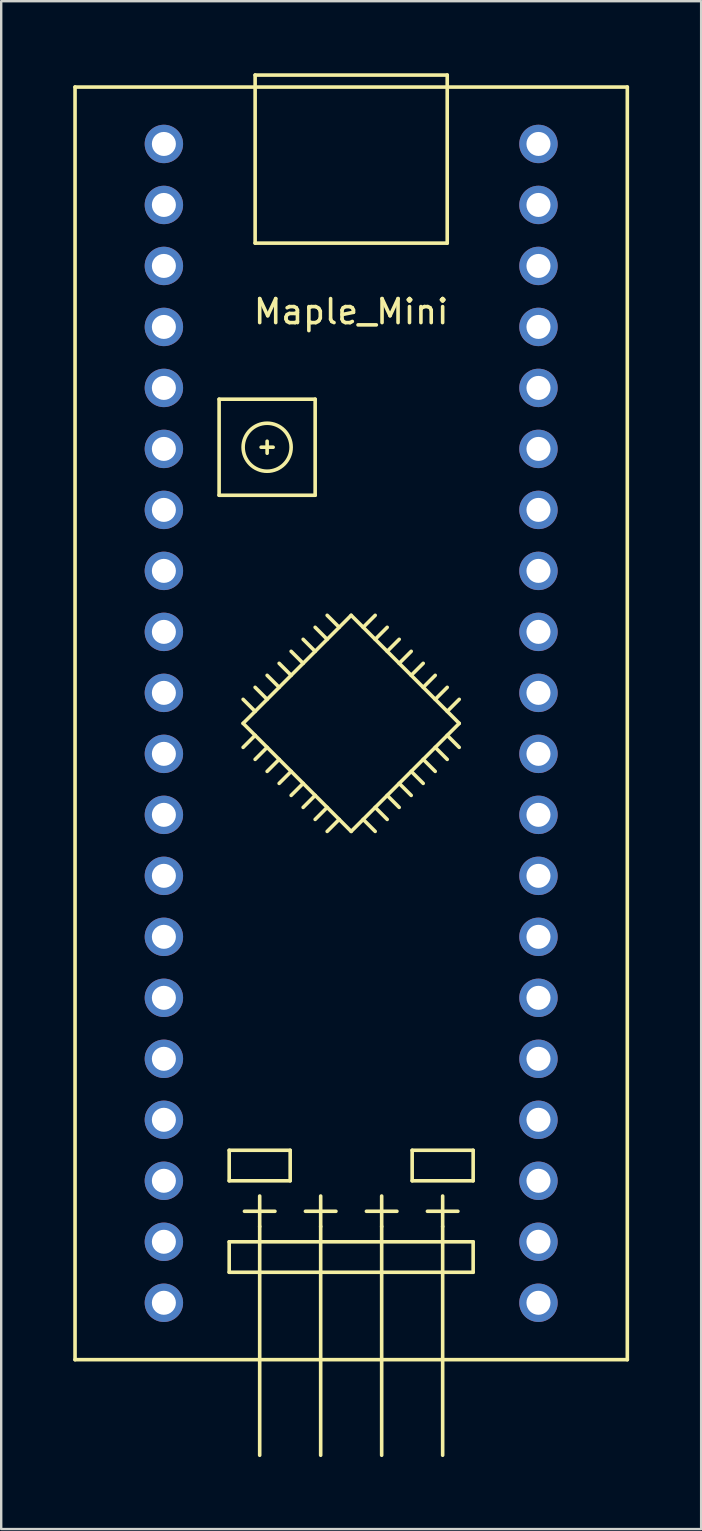
<source format=kicad_pcb>
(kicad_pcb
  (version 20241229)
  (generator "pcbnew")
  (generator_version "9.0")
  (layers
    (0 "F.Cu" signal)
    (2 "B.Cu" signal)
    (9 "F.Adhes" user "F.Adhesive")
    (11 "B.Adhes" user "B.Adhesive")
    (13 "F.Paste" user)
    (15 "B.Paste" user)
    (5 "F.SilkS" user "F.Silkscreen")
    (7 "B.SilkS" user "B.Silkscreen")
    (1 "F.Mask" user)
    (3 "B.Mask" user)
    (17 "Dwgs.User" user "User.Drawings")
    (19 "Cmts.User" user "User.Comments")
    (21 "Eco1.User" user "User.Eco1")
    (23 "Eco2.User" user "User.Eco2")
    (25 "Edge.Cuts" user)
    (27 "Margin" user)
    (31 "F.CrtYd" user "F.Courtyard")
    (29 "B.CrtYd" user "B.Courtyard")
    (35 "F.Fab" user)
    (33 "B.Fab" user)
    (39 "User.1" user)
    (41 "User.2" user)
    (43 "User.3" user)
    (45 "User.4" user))
  (footprint "Maple_Mini"
    (layer "F.Cu")
    (at 11.575 27.075)
    (property "Reference" "Maple_Mini" (at 0 -17.145 0) (layer "F.SilkS") (effects (font (size 1 1) (thickness 0.15))))
    (attr through_hole)
    (fp_line (start -11.5 -26.5) (end -11.5 26.5) (stroke (width 0.15) (type solid)) (layer "F.SilkS"))
    (fp_line (start -11.5 26.5) (end 11.5 26.5) (stroke (width 0.15) (type solid)) (layer "F.SilkS"))
    (fp_line (start -5.5 -13.5) (end -1.5 -13.5) (stroke (width 0.15) (type solid)) (layer "F.SilkS"))
    (fp_line (start -5.5 -9.5) (end -5.5 -13.5) (stroke (width 0.15) (type solid)) (layer "F.SilkS"))
    (fp_line (start -5.08 17.78) (end -2.54 17.78) (stroke (width 0.15) (type solid)) (layer "F.SilkS"))
    (fp_line (start -5.08 19.05) (end -5.08 17.78) (stroke (width 0.15) (type solid)) (layer "F.SilkS"))
    (fp_line (start -5.08 21.59) (end -5.08 22.86) (stroke (width 0.15) (type solid)) (layer "F.SilkS"))
    (fp_line (start -5.08 22.86) (end 5.08 22.86) (stroke (width 0.15) (type solid)) (layer "F.SilkS"))
    (fp_line (start -4.5 0) (end 0 -4.5) (stroke (width 0.15) (type solid)) (layer "F.SilkS"))
    (fp_line (start -4.445 20.32) (end -3.175 20.32) (stroke (width 0.15) (type solid)) (layer "F.SilkS"))
    (fp_line (start -4 -27) (end -4 -20) (stroke (width 0.15) (type solid)) (layer "F.SilkS"))
    (fp_line (start -4 -20) (end 4 -20) (stroke (width 0.15) (type solid)) (layer "F.SilkS"))
    (fp_line (start -4 -0.5) (end -4.5 -1) (stroke (width 0.15) (type solid)) (layer "F.SilkS"))
    (fp_line (start -4 0.5) (end -4.5 1) (stroke (width 0.15) (type solid)) (layer "F.SilkS"))
    (fp_line (start -3.81 19.685) (end -3.81 20.955) (stroke (width 0.15) (type solid)) (layer "F.SilkS"))
    (fp_line (start -3.81 30.48) (end -3.81 20.955) (stroke (width 0.15) (type solid)) (layer "F.SilkS"))
    (fp_line (start -3.75 -11.5) (end -3.25 -11.5) (stroke (width 0.15) (type solid)) (layer "F.SilkS"))
    (fp_line (start -3.5 -11.75) (end -3.5 -11.25) (stroke (width 0.15) (type solid)) (layer "F.SilkS"))
    (fp_line (start -3.5 -1) (end -4 -1.5) (stroke (width 0.15) (type solid)) (layer "F.SilkS"))
    (fp_line (start -3.5 1) (end -4 1.5) (stroke (width 0.15) (type solid)) (layer "F.SilkS"))
    (fp_line (start -3 -1.5) (end -3.5 -2) (stroke (width 0.15) (type solid)) (layer "F.SilkS"))
    (fp_line (start -3 1.5) (end -3.5 2) (stroke (width 0.15) (type solid)) (layer "F.SilkS"))
    (fp_line (start -2.54 17.78) (end -2.54 19.05) (stroke (width 0.15) (type solid)) (layer "F.SilkS"))
    (fp_line (start -2.54 19.05) (end -5.08 19.05) (stroke (width 0.15) (type solid)) (layer "F.SilkS"))
    (fp_line (start -2.5 -2) (end -3 -2.5) (stroke (width 0.15) (type solid)) (layer "F.SilkS"))
    (fp_line (start -2.5 2) (end -3 2.5) (stroke (width 0.15) (type solid)) (layer "F.SilkS"))
    (fp_line (start -2 -2.5) (end -2.5 -3) (stroke (width 0.15) (type solid)) (layer "F.SilkS"))
    (fp_line (start -2 2.5) (end -2.5 3) (stroke (width 0.15) (type solid)) (layer "F.SilkS"))
    (fp_line (start -1.905 20.32) (end -0.635 20.32) (stroke (width 0.15) (type solid)) (layer "F.SilkS"))
    (fp_line (start -1.5 -13.5) (end -1.5 -9.5) (stroke (width 0.15) (type solid)) (layer "F.SilkS"))
    (fp_line (start -1.5 -9.5) (end -5.5 -9.5) (stroke (width 0.15) (type solid)) (layer "F.SilkS"))
    (fp_line (start -1.5 -3) (end -2 -3.5) (stroke (width 0.15) (type solid)) (layer "F.SilkS"))
    (fp_line (start -1.5 3) (end -2 3.5) (stroke (width 0.15) (type solid)) (layer "F.SilkS"))
    (fp_line (start -1.27 19.685) (end -1.27 20.955) (stroke (width 0.15) (type solid)) (layer "F.SilkS"))
    (fp_line (start -1.27 30.48) (end -1.27 20.955) (stroke (width 0.15) (type solid)) (layer "F.SilkS"))
    (fp_line (start -1 -3.5) (end -1.5 -4) (stroke (width 0.15) (type solid)) (layer "F.SilkS"))
    (fp_line (start -1 3.5) (end -1.5 4) (stroke (width 0.15) (type solid)) (layer "F.SilkS"))
    (fp_line (start -0.5 -4) (end -1 -4.5) (stroke (width 0.15) (type solid)) (layer "F.SilkS"))
    (fp_line (start -0.5 4) (end -1 4.5) (stroke (width 0.15) (type solid)) (layer "F.SilkS"))
    (fp_line (start 0 -4.5) (end 4.5 0) (stroke (width 0.15) (type solid)) (layer "F.SilkS"))
    (fp_line (start 0 4.5) (end -4.5 0) (stroke (width 0.15) (type solid)) (layer "F.SilkS"))
    (fp_line (start 0.5 -4) (end 1 -4.5) (stroke (width 0.15) (type solid)) (layer "F.SilkS"))
    (fp_line (start 0.5 4) (end 1 4.5) (stroke (width 0.15) (type solid)) (layer "F.SilkS"))
    (fp_line (start 0.635 20.32) (end 1.905 20.32) (stroke (width 0.15) (type solid)) (layer "F.SilkS"))
    (fp_line (start 1 -3.5) (end 1.5 -4) (stroke (width 0.15) (type solid)) (layer "F.SilkS"))
    (fp_line (start 1 3.5) (end 1.5 4) (stroke (width 0.15) (type solid)) (layer "F.SilkS"))
    (fp_line (start 1.27 19.685) (end 1.27 20.955) (stroke (width 0.15) (type solid)) (layer "F.SilkS"))
    (fp_line (start 1.27 30.48) (end 1.27 20.955) (stroke (width 0.15) (type solid)) (layer "F.SilkS"))
    (fp_line (start 1.5 -3) (end 2 -3.5) (stroke (width 0.15) (type solid)) (layer "F.SilkS"))
    (fp_line (start 1.5 3) (end 2 3.5) (stroke (width 0.15) (type solid)) (layer "F.SilkS"))
    (fp_line (start 2 -2.5) (end 2.5 -3) (stroke (width 0.15) (type solid)) (layer "F.SilkS"))
    (fp_line (start 2 2.5) (end 2.5 3) (stroke (width 0.15) (type solid)) (layer "F.SilkS"))
    (fp_line (start 2.5 -2) (end 3 -2.5) (stroke (width 0.15) (type solid)) (layer "F.SilkS"))
    (fp_line (start 2.5 2) (end 3 2.5) (stroke (width 0.15) (type solid)) (layer "F.SilkS"))
    (fp_line (start 2.54 17.78) (end 5.08 17.78) (stroke (width 0.15) (type solid)) (layer "F.SilkS"))
    (fp_line (start 2.54 19.05) (end 2.54 17.78) (stroke (width 0.15) (type solid)) (layer "F.SilkS"))
    (fp_line (start 3 -1.5) (end 3.5 -2) (stroke (width 0.15) (type solid)) (layer "F.SilkS"))
    (fp_line (start 3 1.5) (end 3.5 2) (stroke (width 0.15) (type solid)) (layer "F.SilkS"))
    (fp_line (start 3.175 20.32) (end 4.445 20.32) (stroke (width 0.15) (type solid)) (layer "F.SilkS"))
    (fp_line (start 3.5 -1) (end 4 -1.5) (stroke (width 0.15) (type solid)) (layer "F.SilkS"))
    (fp_line (start 3.5 1) (end 4 1.5) (stroke (width 0.15) (type solid)) (layer "F.SilkS"))
    (fp_line (start 3.81 19.685) (end 3.81 20.955) (stroke (width 0.15) (type solid)) (layer "F.SilkS"))
    (fp_line (start 3.81 30.48) (end 3.81 20.955) (stroke (width 0.15) (type solid)) (layer "F.SilkS"))
    (fp_line (start 4 -27) (end -4 -27) (stroke (width 0.15) (type solid)) (layer "F.SilkS"))
    (fp_line (start 4 -20) (end 4 -27) (stroke (width 0.15) (type solid)) (layer "F.SilkS"))
    (fp_line (start 4 -0.5) (end 4.5 -1) (stroke (width 0.15) (type solid)) (layer "F.SilkS"))
    (fp_line (start 4 0.5) (end 4.5 1) (stroke (width 0.15) (type solid)) (layer "F.SilkS"))
    (fp_line (start 4.5 0) (end 0 4.5) (stroke (width 0.15) (type solid)) (layer "F.SilkS"))
    (fp_line (start 5.08 17.78) (end 5.08 19.05) (stroke (width 0.15) (type solid)) (layer "F.SilkS"))
    (fp_line (start 5.08 19.05) (end 2.54 19.05) (stroke (width 0.15) (type solid)) (layer "F.SilkS"))
    (fp_line (start 5.08 21.59) (end -5.08 21.59) (stroke (width 0.15) (type solid)) (layer "F.SilkS"))
    (fp_line (start 5.08 22.86) (end 5.08 21.59) (stroke (width 0.15) (type solid)) (layer "F.SilkS"))
    (fp_line (start 11.5 -26.5) (end -11.5 -26.5) (stroke (width 0.15) (type solid)) (layer "F.SilkS"))
    (fp_line (start 11.5 26.5) (end 11.5 -26.5) (stroke (width 0.15) (type solid)) (layer "F.SilkS"))
    (fp_circle (center -3.5 -11.5) (end -2.5 -11.5) (stroke (width 0.15) (type solid)) (fill no) (layer "F.SilkS"))
    (pad "18" thru_hole circle (at -7.8 19.05) (size 1.6 1.6) (drill 1) (layers "*.Cu" "*.Mask"))
    (pad "19" thru_hole circle (at -7.8 21.59) (size 1.6 1.6) (drill 1) (layers "*.Cu" "*.Mask"))
    (pad "20" thru_hole circle (at -7.8 24.13) (size 1.6 1.6) (drill 1) (layers "*.Cu" "*.Mask"))
    (pad "38" thru_hole circle (at 7.8 -19.05) (size 1.6 1.6) (drill 1) (layers "*.Cu" "*.Mask"))
    (pad "39" thru_hole circle (at 7.8 -21.59) (size 1.6 1.6) (drill 1) (layers "*.Cu" "*.Mask"))
    (pad "40" thru_hole circle (at 7.8 -24.13) (size 1.6 1.6) (drill 1) (layers "*.Cu" "*.Mask"))
    (pad "A0" thru_hole circle (at 7.8 13.97) (size 1.6 1.6) (drill 1) (layers "*.Cu" "*.Mask"))
    (pad "A1" thru_hole circle (at 7.8 11.43) (size 1.6 1.6) (drill 1) (layers "*.Cu" "*.Mask"))
    (pad "A2" thru_hole circle (at 7.8 8.89) (size 1.6 1.6) (drill 1) (layers "*.Cu" "*.Mask"))
    (pad "A3" thru_hole circle (at 7.8 6.35) (size 1.6 1.6) (drill 1) (layers "*.Cu" "*.Mask"))
    (pad "A4" thru_hole circle (at 7.8 3.81) (size 1.6 1.6) (drill 1) (layers "*.Cu" "*.Mask"))
    (pad "A5" thru_hole circle (at 7.8 1.27) (size 1.6 1.6) (drill 1) (layers "*.Cu" "*.Mask"))
    (pad "A6" thru_hole circle (at 7.8 -1.27) (size 1.6 1.6) (drill 1) (layers "*.Cu" "*.Mask"))
    (pad "A7" thru_hole circle (at 7.8 -3.81) (size 1.6 1.6) (drill 1) (layers "*.Cu" "*.Mask"))
    (pad "A8" thru_hole circle (at -7.8 -13.97) (size 1.6 1.6) (drill 1) (layers "*.Cu" "*.Mask"))
    (pad "A9" thru_hole circle (at -7.8 -11.43) (size 1.6 1.6) (drill 1) (layers "*.Cu" "*.Mask"))
    (pad "A10" thru_hole circle (at -7.8 -8.89) (size 1.6 1.6) (drill 1) (layers "*.Cu" "*.Mask"))
    (pad "A11" thru_hole circle (at -7.8 -6.35) (size 1.6 1.6) (drill 1) (layers "*.Cu" "*.Mask"))
    (pad "A12" thru_hole circle (at -7.8 -3.81) (size 1.6 1.6) (drill 1) (layers "*.Cu" "*.Mask"))
    (pad "A15" thru_hole circle (at -7.8 -1.27) (size 1.6 1.6) (drill 1) (layers "*.Cu" "*.Mask"))
    (pad "B0" thru_hole circle (at 7.8 -6.35) (size 1.6 1.6) (drill 1) (layers "*.Cu" "*.Mask"))
    (pad "B1" thru_hole circle (at 7.8 -8.89) (size 1.6 1.6) (drill 1) (layers "*.Cu" "*.Mask"))
    (pad "B3" thru_hole circle (at -7.8 1.27) (size 1.6 1.6) (drill 1) (layers "*.Cu" "*.Mask"))
    (pad "B4" thru_hole circle (at -7.8 3.81) (size 1.6 1.6) (drill 1) (layers "*.Cu" "*.Mask"))
    (pad "B5" thru_hole circle (at -7.8 6.35) (size 1.6 1.6) (drill 1) (layers "*.Cu" "*.Mask"))
    (pad "B6" thru_hole circle (at -7.8 8.89) (size 1.6 1.6) (drill 1) (layers "*.Cu" "*.Mask"))
    (pad "B7" thru_hole circle (at -7.8 11.43) (size 1.6 1.6) (drill 1) (layers "*.Cu" "*.Mask"))
    (pad "B8" thru_hole circle (at -7.8 13.97) (size 1.6 1.6) (drill 1) (layers "*.Cu" "*.Mask"))
    (pad "B9" thru_hole circle (at -7.8 16.51) (size 1.6 1.6) (drill 1) (layers "*.Cu" "*.Mask"))
    (pad "B10" thru_hole circle (at 7.8 -11.43) (size 1.6 1.6) (drill 1) (layers "*.Cu" "*.Mask"))
    (pad "B11" thru_hole circle (at 7.8 -13.97) (size 1.6 1.6) (drill 1) (layers "*.Cu" "*.Mask"))
    (pad "B12" thru_hole circle (at -7.8 -24.13) (size 1.6 1.6) (drill 1) (layers "*.Cu" "*.Mask"))
    (pad "B13" thru_hole circle (at -7.8 -21.59) (size 1.6 1.6) (drill 1) (layers "*.Cu" "*.Mask"))
    (pad "B14" thru_hole circle (at -7.8 -19.05) (size 1.6 1.6) (drill 1) (layers "*.Cu" "*.Mask"))
    (pad "B15" thru_hole circle (at -7.8 -16.51) (size 1.6 1.6) (drill 1) (layers "*.Cu" "*.Mask"))
    (pad "C13" thru_hole circle (at 7.8 21.59) (size 1.6 1.6) (drill 1) (layers "*.Cu" "*.Mask"))
    (pad "C14" thru_hole circle (at 7.8 19.05) (size 1.6 1.6) (drill 1) (layers "*.Cu" "*.Mask"))
    (pad "C15" thru_hole circle (at 7.8 16.51) (size 1.6 1.6) (drill 1) (layers "*.Cu" "*.Mask"))
    (pad "R" thru_hole circle (at 7.8 -16.51) (size 1.6 1.6) (drill 1) (layers "*.Cu" "*.Mask"))
    (pad "VB" thru_hole circle (at 7.8 24.13) (size 1.6 1.6) (drill 1) (layers "*.Cu" "*.Mask")))
  (gr_rect
    (start -3 -3)
    (end 26.15 60.63)
    (stroke (width 0.1) (type default))
    (fill no)
    (layer "Edge.Cuts")))
</source>
